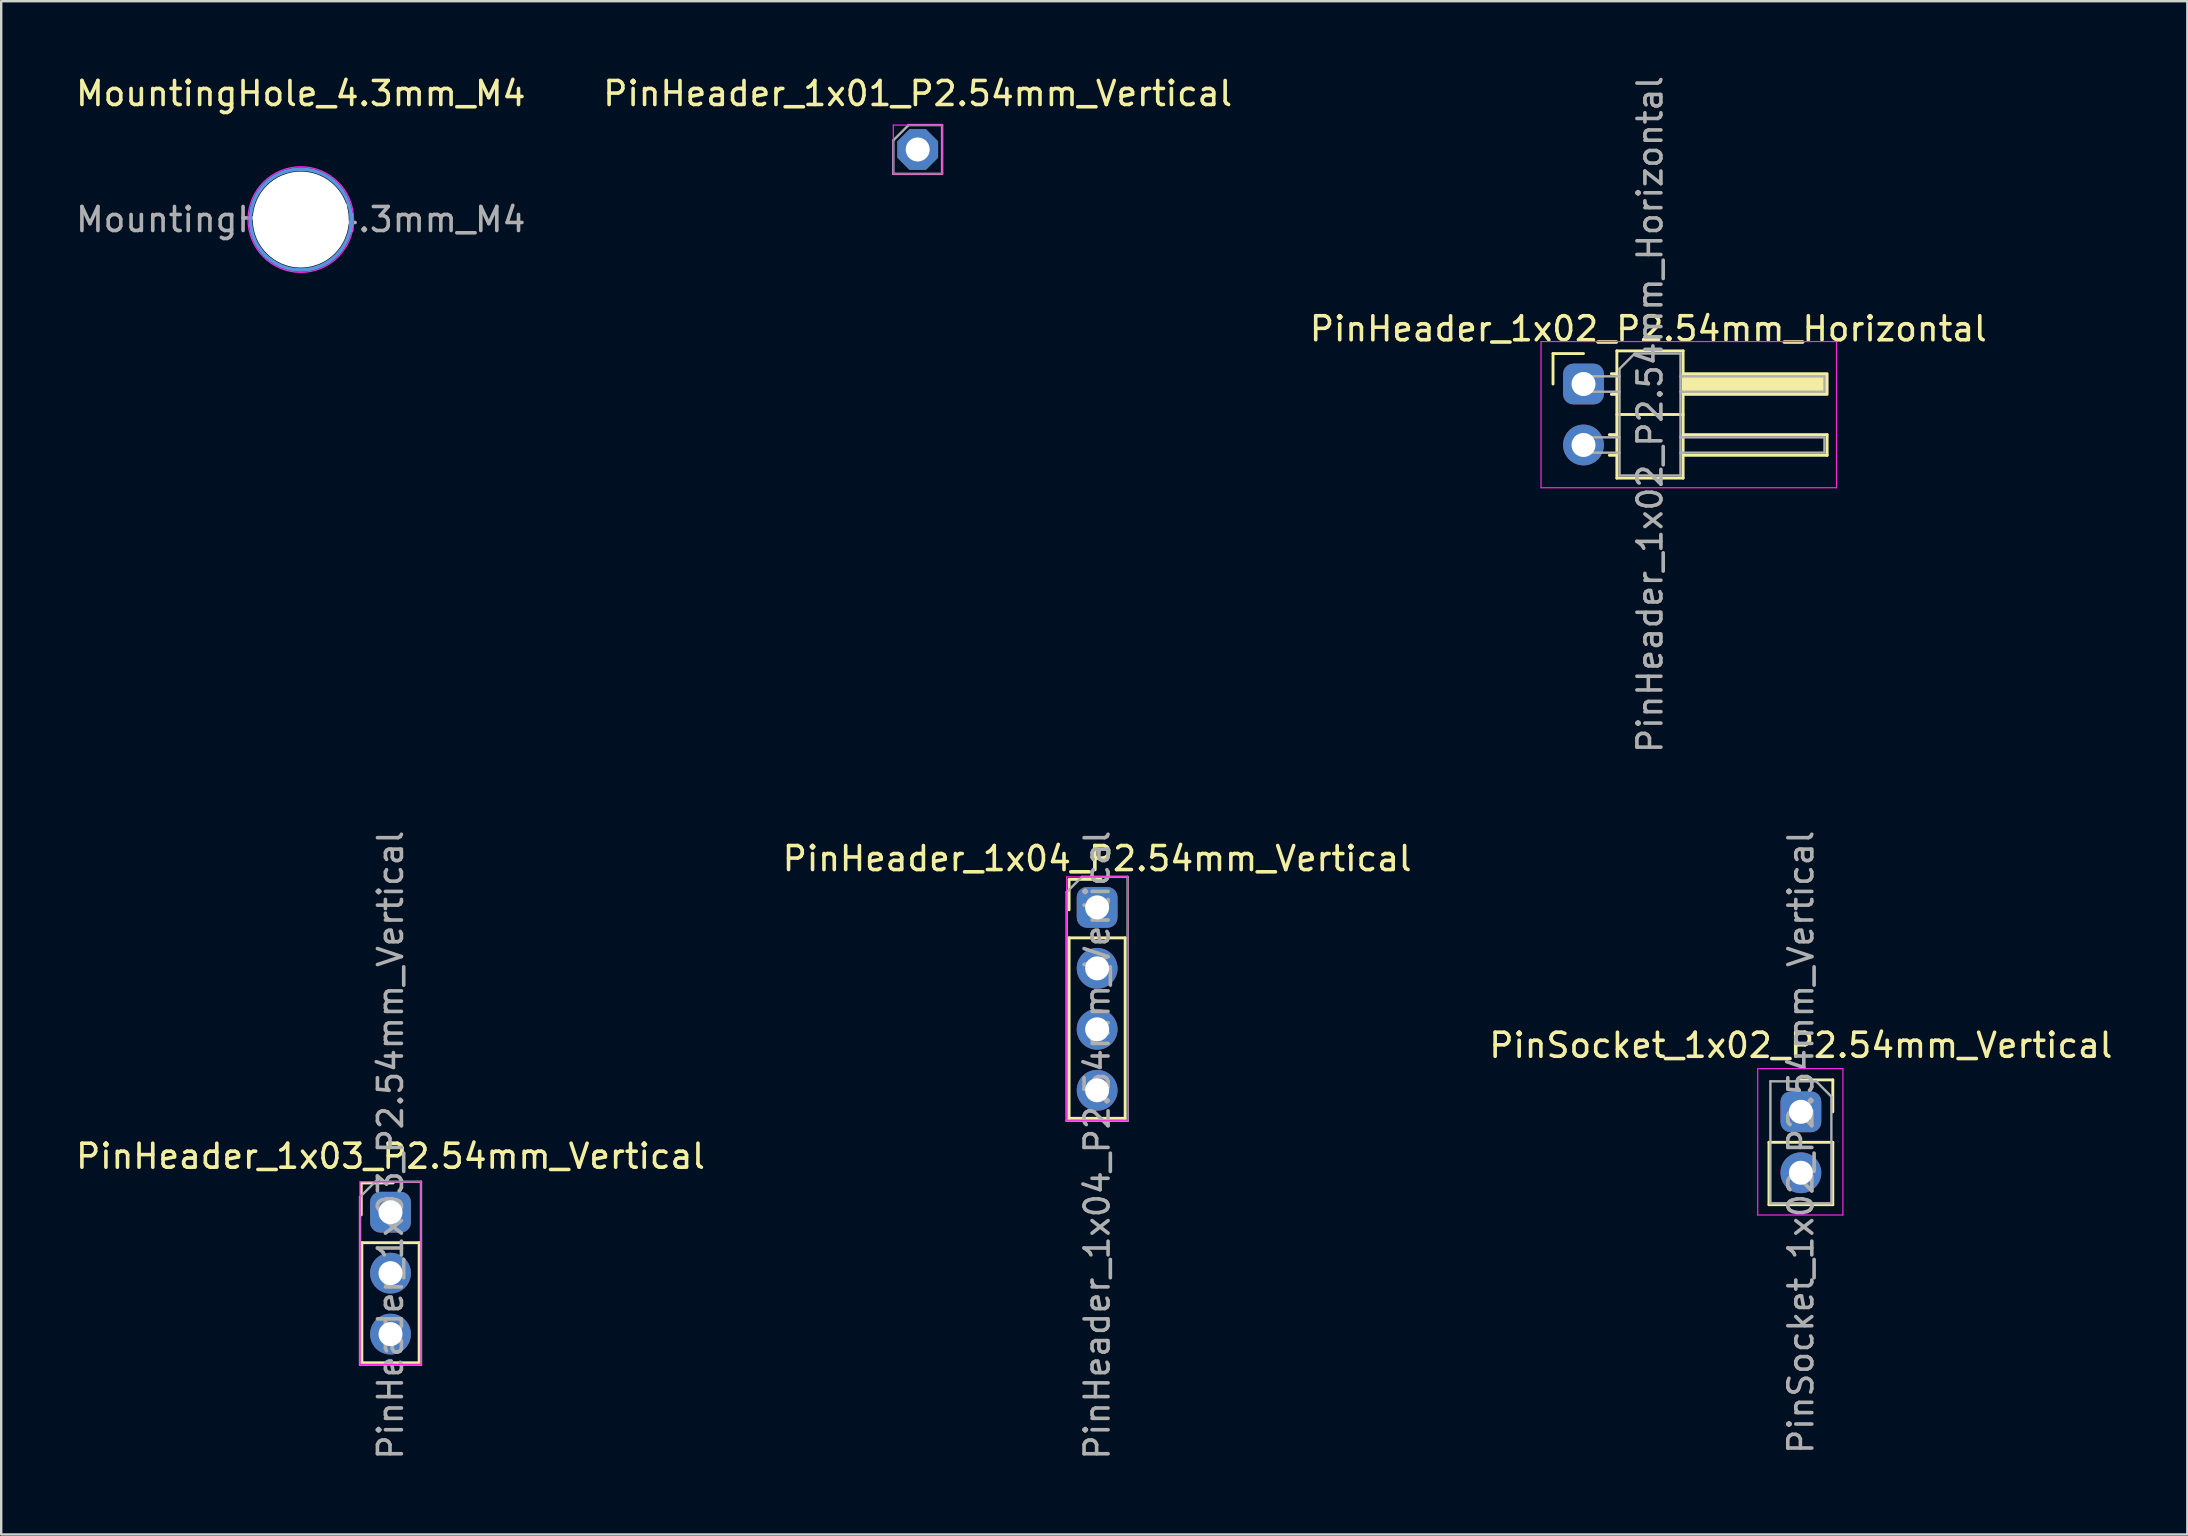
<source format=kicad_pcb>
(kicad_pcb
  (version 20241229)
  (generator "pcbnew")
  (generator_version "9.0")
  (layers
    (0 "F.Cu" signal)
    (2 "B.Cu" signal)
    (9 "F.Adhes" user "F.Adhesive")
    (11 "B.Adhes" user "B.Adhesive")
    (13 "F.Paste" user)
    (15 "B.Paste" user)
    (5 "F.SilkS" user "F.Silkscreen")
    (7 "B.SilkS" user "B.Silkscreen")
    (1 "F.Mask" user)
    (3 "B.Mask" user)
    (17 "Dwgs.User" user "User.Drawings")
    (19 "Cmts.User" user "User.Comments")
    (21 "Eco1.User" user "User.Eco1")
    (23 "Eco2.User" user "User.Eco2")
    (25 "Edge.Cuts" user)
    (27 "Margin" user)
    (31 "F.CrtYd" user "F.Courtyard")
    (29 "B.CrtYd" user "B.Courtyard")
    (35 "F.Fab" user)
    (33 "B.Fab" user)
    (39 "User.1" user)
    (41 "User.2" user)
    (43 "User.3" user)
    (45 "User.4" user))
  (footprint "PinHeader_1x04_P2.54mm_Vertical"
    (layer "F.Cu")
    (at 42.661 34.755)
    (property "Reference" "PinHeader_1x04_P2.54mm_Vertical" (at 0 -2.032 0) (layer "F.SilkS") (effects (font (size 1 1) (thickness 0.15))))
    (attr through_hole)
    (fp_line (start -1.168 -1.168) (end 0.162 -1.168) (stroke (width 0.12) (type solid)) (layer "F.SilkS"))
    (fp_line (start -1.168 0.102) (end -1.168 -1.168) (stroke (width 0.12) (type solid)) (layer "F.SilkS"))
    (fp_line (start -1.168 1.27) (end -1.168 8.788) (stroke (width 0.12) (type solid)) (layer "F.SilkS"))
    (fp_line (start -1.168 1.27) (end 1.168 1.27) (stroke (width 0.12) (type solid)) (layer "F.SilkS"))
    (fp_line (start -1.168 8.788) (end 1.168 8.788) (stroke (width 0.12) (type solid)) (layer "F.SilkS"))
    (fp_line (start 1.168 1.27) (end 1.168 8.788) (stroke (width 0.12) (type solid)) (layer "F.SilkS"))
    (fp_line (start -1.27 -1.27) (end -1.27 8.89) (stroke (width 0.05) (type solid)) (layer "F.CrtYd"))
    (fp_line (start -1.27 8.89) (end 1.27 8.89) (stroke (width 0.05) (type solid)) (layer "F.CrtYd"))
    (fp_line (start 1.27 -1.27) (end -1.27 -1.27) (stroke (width 0.05) (type solid)) (layer "F.CrtYd"))
    (fp_line (start 1.27 8.89) (end 1.27 -1.27) (stroke (width 0.05) (type solid)) (layer "F.CrtYd"))
    (fp_line (start -1.27 -0.635) (end -0.635 -1.27) (stroke (width 0.1) (type solid)) (layer "F.Fab"))
    (fp_line (start -1.27 8.89) (end -1.27 -0.635) (stroke (width 0.1) (type solid)) (layer "F.Fab"))
    (fp_line (start -0.635 -1.27) (end 1.27 -1.27) (stroke (width 0.1) (type solid)) (layer "F.Fab"))
    (fp_line (start 1.27 -1.27) (end 1.27 8.89) (stroke (width 0.1) (type solid)) (layer "F.Fab"))
    (fp_line (start 1.27 8.89) (end -1.27 8.89) (stroke (width 0.1) (type solid)) (layer "F.Fab"))
    (fp_text user "${REFERENCE}" (at 0 9.906 90) (layer "F.Fab") (effects (font (size 1 1) (thickness 0.15))))
    (pad "1" thru_hole roundrect (at 0 0) (size 1.7 1.7) (drill 1) (layers "*.Cu" "*.Mask") (roundrect_rratio 0.25))
    (pad "2" thru_hole oval (at 0 2.54) (size 1.7 1.7) (drill 1) (layers "*.Cu" "*.Mask"))
    (pad "3" thru_hole oval (at 0 5.08) (size 1.7 1.7) (drill 1) (layers "*.Cu" "*.Mask"))
    (pad "4" thru_hole oval (at 0 7.62) (size 1.7 1.7) (drill 1) (layers "*.Cu" "*.Mask")))
  (footprint "PinHeader_1x01_P2.54mm_Vertical"
    (layer "F.Cu")
    (at 35.185 3.178)
    (property "Reference" "PinHeader_1x01_P2.54mm_Vertical" (at 0 -2.33 180) (layer "F.SilkS") (effects (font (size 1 1) (thickness 0.15))))
    (attr through_hole exclude_from_pos_files allow_missing_courtyard)
    (fp_line (start -1.016 -1.016) (end -1.016 1.016) (stroke (width 0.05) (type solid)) (layer "F.CrtYd"))
    (fp_line (start -1.016 1.016) (end 1.016 1.016) (stroke (width 0.05) (type solid)) (layer "F.CrtYd"))
    (fp_line (start 1.016 -1.016) (end -1.016 -1.016) (stroke (width 0.05) (type solid)) (layer "F.CrtYd"))
    (fp_line (start 1.016 1.016) (end 1.016 -1.016) (stroke (width 0.05) (type solid)) (layer "F.CrtYd"))
    (fp_line (start -1.016 -0.381) (end -0.381 -1.016) (stroke (width 0.1) (type solid)) (layer "F.Fab"))
    (fp_line (start -1.016 1.016) (end -1.016 -0.381) (stroke (width 0.1) (type solid)) (layer "F.Fab"))
    (fp_line (start -0.381 -1.016) (end 1.016 -1.016) (stroke (width 0.1) (type solid)) (layer "F.Fab"))
    (fp_line (start 1.016 -1.016) (end 1.016 1.016) (stroke (width 0.1) (type solid)) (layer "F.Fab"))
    (fp_line (start 1.016 1.016) (end -1.016 1.016) (stroke (width 0.1) (type solid)) (layer "F.Fab"))
    (pad "1" thru_hole roundrect (at 0 0 180) (size 1.7 1.7) (drill 1) (layers "*.Cu" "*.Mask") (roundrect_rratio 0) (chamfer_ratio 0.3) (chamfer top_left top_right bottom_left bottom_right)))
  (footprint "PinSocket_1x02_P2.54mm_Vertical"
    (layer "F.Cu")
    (at 71.982 43.272)
    (property "Reference" "PinSocket_1x02_P2.54mm_Vertical" (at 0 -2.77 0) (layer "F.SilkS") (effects (font (size 1 1) (thickness 0.15))))
    (attr through_hole)
    (fp_line (start -1.33 1.27) (end -1.33 3.87) (stroke (width 0.12) (type solid)) (layer "F.SilkS"))
    (fp_line (start -1.33 1.27) (end 1.33 1.27) (stroke (width 0.12) (type solid)) (layer "F.SilkS"))
    (fp_line (start -1.33 3.87) (end 1.33 3.87) (stroke (width 0.12) (type solid)) (layer "F.SilkS"))
    (fp_line (start 0 -1.33) (end 1.33 -1.33) (stroke (width 0.12) (type solid)) (layer "F.SilkS"))
    (fp_line (start 1.33 -1.33) (end 1.33 0) (stroke (width 0.12) (type solid)) (layer "F.SilkS"))
    (fp_line (start 1.33 1.27) (end 1.33 3.87) (stroke (width 0.12) (type solid)) (layer "F.SilkS"))
    (fp_line (start -1.8 -1.8) (end 1.75 -1.8) (stroke (width 0.05) (type solid)) (layer "F.CrtYd"))
    (fp_line (start -1.8 4.3) (end -1.8 -1.8) (stroke (width 0.05) (type solid)) (layer "F.CrtYd"))
    (fp_line (start 1.75 -1.8) (end 1.75 4.3) (stroke (width 0.05) (type solid)) (layer "F.CrtYd"))
    (fp_line (start 1.75 4.3) (end -1.8 4.3) (stroke (width 0.05) (type solid)) (layer "F.CrtYd"))
    (fp_line (start -1.27 -1.27) (end 0.635 -1.27) (stroke (width 0.1) (type solid)) (layer "F.Fab"))
    (fp_line (start -1.27 3.81) (end -1.27 -1.27) (stroke (width 0.1) (type solid)) (layer "F.Fab"))
    (fp_line (start 0.635 -1.27) (end 1.27 -0.635) (stroke (width 0.1) (type solid)) (layer "F.Fab"))
    (fp_line (start 1.27 -0.635) (end 1.27 3.81) (stroke (width 0.1) (type solid)) (layer "F.Fab"))
    (fp_line (start 1.27 3.81) (end -1.27 3.81) (stroke (width 0.1) (type solid)) (layer "F.Fab"))
    (fp_text user "${REFERENCE}" (at 0 1.27 90) (layer "F.Fab") (effects (font (size 1 1) (thickness 0.15))))
    (pad "1" thru_hole roundrect (at 0 0) (size 1.7 1.7) (drill 1) (layers "*.Cu" "*.Mask") (roundrect_rratio 0.25))
    (pad "2" thru_hole circle (at 0 2.54) (size 1.7 1.7) (drill 1) (layers "*.Cu" "*.Mask")))
  (footprint "PinHeader_1x02_P2.54mm_Horizontal"
    (layer "F.Cu")
    (at 62.925 12.95)
    (property "Reference" "PinHeader_1x02_P2.54mm_Horizontal" (at 2.7 -2.3 0) (layer "F.SilkS") (effects (font (size 1 1) (thickness 0.15))))
    (attr through_hole)
    (fp_line (start -1.27 0) (end -1.27 -1.27) (stroke (width 0.12) (type solid)) (layer "F.SilkS"))
    (fp_line (start -1.27 -1.27) (end 0 -1.27) (stroke (width 0.12) (type solid)) (layer "F.SilkS"))
    (fp_line (start 1.077 2.11) (end 1.39 2.11) (stroke (width 0.12) (type solid)) (layer "F.SilkS"))
    (fp_line (start 1.077 2.97) (end 1.39 2.97) (stroke (width 0.12) (type solid)) (layer "F.SilkS"))
    (fp_line (start 1.16 -0.43) (end 1.39 -0.43) (stroke (width 0.12) (type solid)) (layer "F.SilkS"))
    (fp_line (start 1.16 0.43) (end 1.39 0.43) (stroke (width 0.12) (type solid)) (layer "F.SilkS"))
    (fp_line (start 1.39 -1.38) (end 1.39 3.92) (stroke (width 0.12) (type solid)) (layer "F.SilkS"))
    (fp_line (start 1.39 1.27) (end 4.15 1.27) (stroke (width 0.12) (type solid)) (layer "F.SilkS"))
    (fp_line (start 1.39 3.92) (end 4.15 3.92) (stroke (width 0.12) (type solid)) (layer "F.SilkS"))
    (fp_line (start 4.15 -1.38) (end 1.39 -1.38) (stroke (width 0.12) (type solid)) (layer "F.SilkS"))
    (fp_line (start 4.15 2.11) (end 10.15 2.11) (stroke (width 0.12) (type solid)) (layer "F.SilkS"))
    (fp_line (start 4.15 3.92) (end 4.15 -1.38) (stroke (width 0.12) (type solid)) (layer "F.SilkS"))
    (fp_line (start 10.15 2.11) (end 10.15 2.97) (stroke (width 0.12) (type solid)) (layer "F.SilkS"))
    (fp_line (start 10.15 2.97) (end 4.15 2.97) (stroke (width 0.12) (type solid)) (layer "F.SilkS"))
    (fp_poly (pts (xy 4.15 -0.43) (xy 4.15 0.43) (xy 10.15 0.43) (xy 10.15 -0.43)) (stroke (width 0.12) (type solid)) (fill yes) (layer "F.SilkS"))
    (fp_line (start -1.77 -1.77) (end -1.77 4.32) (stroke (width 0.05) (type solid)) (layer "F.CrtYd"))
    (fp_line (start -1.77 4.32) (end 10.54 4.32) (stroke (width 0.05) (type solid)) (layer "F.CrtYd"))
    (fp_line (start 10.54 -1.77) (end -1.77 -1.77) (stroke (width 0.05) (type solid)) (layer "F.CrtYd"))
    (fp_line (start 10.54 4.32) (end 10.54 -1.77) (stroke (width 0.05) (type solid)) (layer "F.CrtYd"))
    (fp_line (start -0.32 -0.32) (end -0.32 0.32) (stroke (width 0.1) (type solid)) (layer "F.Fab"))
    (fp_line (start -0.32 -0.32) (end 1.5 -0.32) (stroke (width 0.1) (type solid)) (layer "F.Fab"))
    (fp_line (start -0.32 0.32) (end 1.5 0.32) (stroke (width 0.1) (type solid)) (layer "F.Fab"))
    (fp_line (start -0.32 2.22) (end -0.32 2.86) (stroke (width 0.1) (type solid)) (layer "F.Fab"))
    (fp_line (start -0.32 2.22) (end 1.5 2.22) (stroke (width 0.1) (type solid)) (layer "F.Fab"))
    (fp_line (start -0.32 2.86) (end 1.5 2.86) (stroke (width 0.1) (type solid)) (layer "F.Fab"))
    (fp_line (start 1.5 -0.635) (end 2.135 -1.27) (stroke (width 0.1) (type solid)) (layer "F.Fab"))
    (fp_line (start 1.5 3.81) (end 1.5 -0.635) (stroke (width 0.1) (type solid)) (layer "F.Fab"))
    (fp_line (start 2.135 -1.27) (end 4.04 -1.27) (stroke (width 0.1) (type solid)) (layer "F.Fab"))
    (fp_line (start 4.04 2.22) (end 10.04 2.22) (stroke (width 0.1) (type solid)) (layer "F.Fab"))
    (fp_line (start 4.04 -1.27) (end 4.04 3.81) (stroke (width 0.1) (type solid)) (layer "F.Fab"))
    (fp_line (start 4.04 -0.32) (end 10.04 -0.32) (stroke (width 0.1) (type solid)) (layer "F.Fab"))
    (fp_line (start 4.04 0.32) (end 10.04 0.32) (stroke (width 0.1) (type solid)) (layer "F.Fab"))
    (fp_line (start 4.04 2.86) (end 10.04 2.86) (stroke (width 0.1) (type solid)) (layer "F.Fab"))
    (fp_line (start 4.04 3.81) (end 1.5 3.81) (stroke (width 0.1) (type solid)) (layer "F.Fab"))
    (fp_line (start 10.04 -0.32) (end 10.04 0.32) (stroke (width 0.1) (type solid)) (layer "F.Fab"))
    (fp_line (start 10.04 2.22) (end 10.04 2.86) (stroke (width 0.1) (type solid)) (layer "F.Fab"))
    (fp_text user "${REFERENCE}" (at 2.77 1.27 90) (layer "F.Fab") (effects (font (size 1 1) (thickness 0.15))))
    (pad "1" thru_hole roundrect (at 0 0) (size 1.7 1.7) (drill 1) (layers "*.Cu" "*.Mask") (roundrect_rratio 0.25))
    (pad "2" thru_hole circle (at 0 2.54) (size 1.7 1.7) (drill 1) (layers "*.Cu" "*.Mask")))
  (footprint "PinHeader_1x03_P2.54mm_Vertical"
    (layer "F.Cu")
    (at 13.22 47.455)
    (property "Reference" "PinHeader_1x03_P2.54mm_Vertical" (at 0 -2.33 180) (layer "F.SilkS") (effects (font (size 1 1) (thickness 0.15))))
    (attr through_hole)
    (fp_line (start -1.219 -1.219) (end 0.111 -1.219) (stroke (width 0.12) (type solid)) (layer "F.SilkS"))
    (fp_line (start -1.219 0.111) (end -1.219 -1.219) (stroke (width 0.12) (type solid)) (layer "F.SilkS"))
    (fp_line (start -1.194 1.27) (end -1.194 6.274) (stroke (width 0.12) (type solid)) (layer "F.SilkS"))
    (fp_line (start -1.194 1.27) (end 1.194 1.27) (stroke (width 0.12) (type solid)) (layer "F.SilkS"))
    (fp_line (start -1.194 6.274) (end 1.194 6.274) (stroke (width 0.12) (type solid)) (layer "F.SilkS"))
    (fp_line (start 1.194 1.27) (end 1.194 6.274) (stroke (width 0.12) (type solid)) (layer "F.SilkS"))
    (fp_line (start -1.27 -1.27) (end -1.27 6.35) (stroke (width 0.05) (type solid)) (layer "F.CrtYd"))
    (fp_line (start -1.27 6.35) (end 1.27 6.35) (stroke (width 0.05) (type solid)) (layer "F.CrtYd"))
    (fp_line (start 1.27 -1.27) (end -1.27 -1.27) (stroke (width 0.05) (type solid)) (layer "F.CrtYd"))
    (fp_line (start 1.27 6.35) (end 1.27 -1.27) (stroke (width 0.05) (type solid)) (layer "F.CrtYd"))
    (fp_line (start -1.27 -0.635) (end -0.635 -1.27) (stroke (width 0.1) (type solid)) (layer "F.Fab"))
    (fp_line (start -1.27 6.35) (end -1.27 -0.635) (stroke (width 0.1) (type solid)) (layer "F.Fab"))
    (fp_line (start -0.635 -1.27) (end 1.27 -1.27) (stroke (width 0.1) (type solid)) (layer "F.Fab"))
    (fp_line (start 1.27 -1.27) (end 1.27 6.35) (stroke (width 0.1) (type solid)) (layer "F.Fab"))
    (fp_line (start 1.27 6.35) (end -1.27 6.35) (stroke (width 0.1) (type solid)) (layer "F.Fab"))
    (fp_text user "${REFERENCE}" (at 0 -2.794 90) (layer "F.Fab") (effects (font (size 1 1) (thickness 0.15))))
    (pad "1" thru_hole roundrect (at 0 0) (size 1.7 1.7) (drill 1) (layers "*.Cu" "*.Mask") (roundrect_rratio 0.25))
    (pad "2" thru_hole oval (at 0 2.54) (size 1.7 1.7) (drill 1) (layers "*.Cu" "*.Mask"))
    (pad "3" thru_hole oval (at 0 5.08) (size 1.7 1.7) (drill 1) (layers "*.Cu" "*.Mask")))
  (footprint "MountingHole_4.3mm_M4"
    (layer "F.Cu")
    (at 9.482 6.098)
    (property "Reference" "MountingHole_4.3mm_M4" (at 0 -5.25 0) (layer "F.SilkS") (effects (font (size 1 1) (thickness 0.15))))
    (attr exclude_from_pos_files exclude_from_bom)
    (fp_circle (center 0 0) (end 2.1 0) (stroke (width 0.15) (type solid)) (fill no) (layer "Cmts.User"))
    (fp_circle (center 0 0) (end 2.2 0) (stroke (width 0.05) (type solid)) (fill no) (layer "F.CrtYd"))
    (fp_text user "${REFERENCE}" (at 0 0 0) (layer "F.Fab") (effects (font (size 1 1) (thickness 0.15))))
    (pad "" np_thru_hole circle (at 0 0) (size 4 4) (drill 4) (layers "*.Cu" "*.Mask")))
  (gr_rect
    (start -3 -3)
    (end 88.083 60.881)
    (stroke (width 0.1) (type default))
    (fill no)
    (layer "Edge.Cuts")))
</source>
